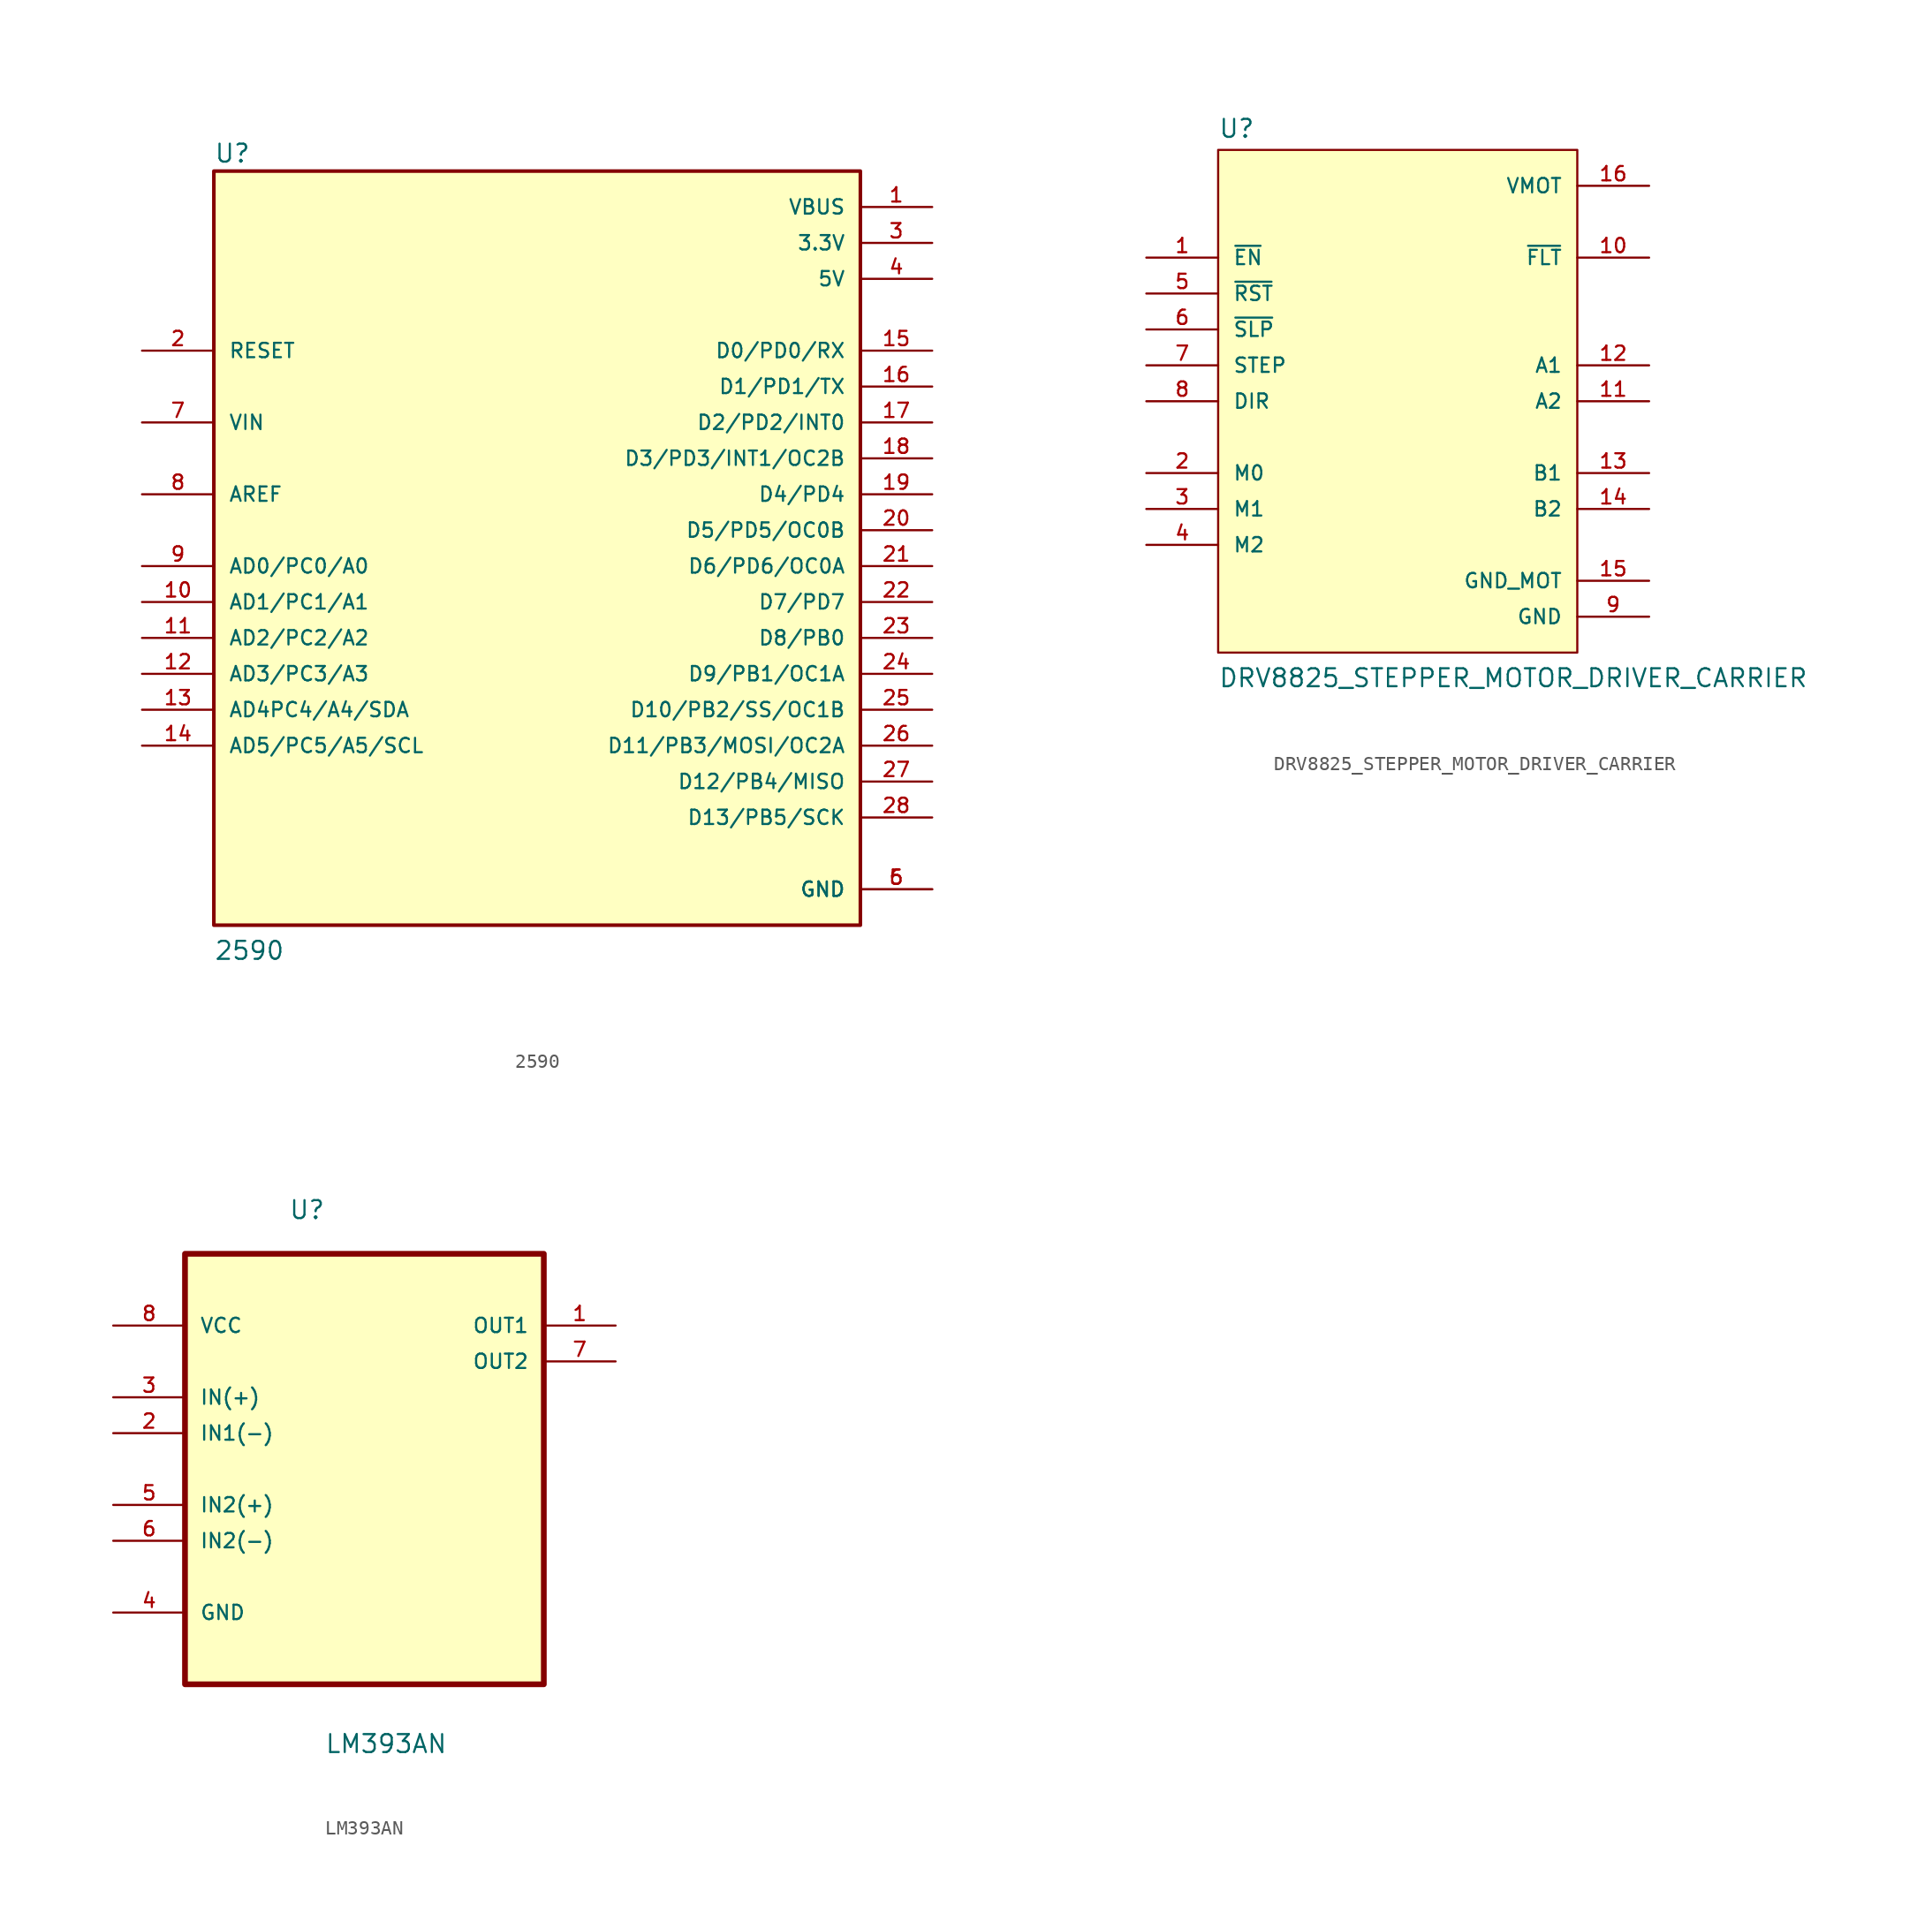
<source format=kicad_sym>
(kicad_symbol_lib
  (version 20220914)
  (generator kicad_symbol_editor)
  (symbol "2590"
    (pin_names
      (offset 1.016))
    (property "Reference" "U"
      (at -22.86 25.908 0)
      (effects (font (size 1.27 1.27)) (justify left bottom)))
    (property "Value" "2590"
      (at -22.86 -30.48 0)
      (effects (font (size 1.27 1.27)) (justify left bottom)))
    (symbol "2590_0_0"
      (rectangle (start -22.86 -27.94) (end 22.86 25.4) (stroke (width 0.254) (type default)) (fill (type background)))
      (pin power_in line (at 27.94 22.86 180) (length 5.08) (name "VBUS" (effects (font (size 1.016 1.016)))) (number "1" (effects (font (size 1.016 1.016)))))
      (pin bidirectional line (at -27.94 -5.08 0) (length 5.08) (name "AD1/PC1/A1" (effects (font (size 1.016 1.016)))) (number "10" (effects (font (size 1.016 1.016)))))
      (pin bidirectional line (at -27.94 -7.62 0) (length 5.08) (name "AD2/PC2/A2" (effects (font (size 1.016 1.016)))) (number "11" (effects (font (size 1.016 1.016)))))
      (pin bidirectional line (at -27.94 -10.16 0) (length 5.08) (name "AD3/PC3/A3" (effects (font (size 1.016 1.016)))) (number "12" (effects (font (size 1.016 1.016)))))
      (pin bidirectional line (at -27.94 -12.7 0) (length 5.08) (name "AD4PC4/A4/SDA" (effects (font (size 1.016 1.016)))) (number "13" (effects (font (size 1.016 1.016)))))
      (pin bidirectional line (at -27.94 -15.24 0) (length 5.08) (name "AD5/PC5/A5/SCL" (effects (font (size 1.016 1.016)))) (number "14" (effects (font (size 1.016 1.016)))))
      (pin bidirectional line (at 27.94 12.7 180) (length 5.08) (name "D0/PD0/RX" (effects (font (size 1.016 1.016)))) (number "15" (effects (font (size 1.016 1.016)))))
      (pin bidirectional line (at 27.94 10.16 180) (length 5.08) (name "D1/PD1/TX" (effects (font (size 1.016 1.016)))) (number "16" (effects (font (size 1.016 1.016)))))
      (pin bidirectional line (at 27.94 7.62 180) (length 5.08) (name "D2/PD2/INT0" (effects (font (size 1.016 1.016)))) (number "17" (effects (font (size 1.016 1.016)))))
      (pin bidirectional line (at 27.94 5.08 180) (length 5.08) (name "D3/PD3/INT1/OC2B" (effects (font (size 1.016 1.016)))) (number "18" (effects (font (size 1.016 1.016)))))
      (pin bidirectional line (at 27.94 2.54 180) (length 5.08) (name "D4/PD4" (effects (font (size 1.016 1.016)))) (number "19" (effects (font (size 1.016 1.016)))))
      (pin input line (at -27.94 12.7 0) (length 5.08) (name "RESET" (effects (font (size 1.016 1.016)))) (number "2" (effects (font (size 1.016 1.016)))))
      (pin bidirectional line (at 27.94 0 180) (length 5.08) (name "D5/PD5/OC0B" (effects (font (size 1.016 1.016)))) (number "20" (effects (font (size 1.016 1.016)))))
      (pin bidirectional line (at 27.94 -2.54 180) (length 5.08) (name "D6/PD6/OC0A" (effects (font (size 1.016 1.016)))) (number "21" (effects (font (size 1.016 1.016)))))
      (pin bidirectional line (at 27.94 -5.08 180) (length 5.08) (name "D7/PD7" (effects (font (size 1.016 1.016)))) (number "22" (effects (font (size 1.016 1.016)))))
      (pin bidirectional line (at 27.94 -7.62 180) (length 5.08) (name "D8/PB0" (effects (font (size 1.016 1.016)))) (number "23" (effects (font (size 1.016 1.016)))))
      (pin bidirectional line (at 27.94 -10.16 180) (length 5.08) (name "D9/PB1/OC1A" (effects (font (size 1.016 1.016)))) (number "24" (effects (font (size 1.016 1.016)))))
      (pin bidirectional line (at 27.94 -12.7 180) (length 5.08) (name "D10/PB2/SS/OC1B" (effects (font (size 1.016 1.016)))) (number "25" (effects (font (size 1.016 1.016)))))
      (pin bidirectional line (at 27.94 -15.24 180) (length 5.08) (name "D11/PB3/MOSI/OC2A" (effects (font (size 1.016 1.016)))) (number "26" (effects (font (size 1.016 1.016)))))
      (pin bidirectional line (at 27.94 -17.78 180) (length 5.08) (name "D12/PB4/MISO" (effects (font (size 1.016 1.016)))) (number "27" (effects (font (size 1.016 1.016)))))
      (pin bidirectional line (at 27.94 -20.32 180) (length 5.08) (name "D13/PB5/SCK" (effects (font (size 1.016 1.016)))) (number "28" (effects (font (size 1.016 1.016)))))
      (pin power_in line (at 27.94 20.32 180) (length 5.08) (name "3.3V" (effects (font (size 1.016 1.016)))) (number "3" (effects (font (size 1.016 1.016)))))
      (pin power_in line (at 27.94 17.78 180) (length 5.08) (name "5V" (effects (font (size 1.016 1.016)))) (number "4" (effects (font (size 1.016 1.016)))))
      (pin power_in line (at 27.94 -25.4 180) (length 5.08) (name "GND" (effects (font (size 1.016 1.016)))) (number "5" (effects (font (size 1.016 1.016)))))
      (pin power_in line (at 27.94 -25.4 180) (length 5.08) (name "GND" (effects (font (size 1.016 1.016)))) (number "6" (effects (font (size 1.016 1.016)))))
      (pin input line (at -27.94 7.62 0) (length 5.08) (name "VIN" (effects (font (size 1.016 1.016)))) (number "7" (effects (font (size 1.016 1.016)))))
      (pin input line (at -27.94 2.54 0) (length 5.08) (name "AREF" (effects (font (size 1.016 1.016)))) (number "8" (effects (font (size 1.016 1.016)))))
      (pin bidirectional line (at -27.94 -2.54 0) (length 5.08) (name "AD0/PC0/A0" (effects (font (size 1.016 1.016)))) (number "9" (effects (font (size 1.016 1.016)))))))
  (symbol "DRV8825_STEPPER_MOTOR_DRIVER_CARRIER"
    (pin_names
      (offset 1.016))
    (property "Reference" "U"
      (at -12.7 18.542 0)
      (effects (font (size 1.27 1.27)) (justify left bottom)))
    (property "Value" "DRV8825_STEPPER_MOTOR_DRIVER_CARRIER"
      (at -12.7 -20.32 0)
      (effects (font (size 1.27 1.27)) (justify left bottom)))
    (symbol "DRV8825_STEPPER_MOTOR_DRIVER_CARRIER_0_0"
      (rectangle (start -12.7 -17.78) (end 12.7 17.78) (stroke (width 0.152) (type default)) (fill (type background)))
      (pin input line (at -17.78 10.16 0) (length 5.08) (name "~{EN}" (effects (font (size 1.016 1.016)))) (number "1" (effects (font (size 1.016 1.016)))))
      (pin output line (at 17.78 10.16 180) (length 5.08) (name "~{FLT}" (effects (font (size 1.016 1.016)))) (number "10" (effects (font (size 1.016 1.016)))))
      (pin output line (at 17.78 0 180) (length 5.08) (name "A2" (effects (font (size 1.016 1.016)))) (number "11" (effects (font (size 1.016 1.016)))))
      (pin output line (at 17.78 2.54 180) (length 5.08) (name "A1" (effects (font (size 1.016 1.016)))) (number "12" (effects (font (size 1.016 1.016)))))
      (pin output line (at 17.78 -5.08 180) (length 5.08) (name "B1" (effects (font (size 1.016 1.016)))) (number "13" (effects (font (size 1.016 1.016)))))
      (pin output line (at 17.78 -7.62 180) (length 5.08) (name "B2" (effects (font (size 1.016 1.016)))) (number "14" (effects (font (size 1.016 1.016)))))
      (pin power_in line (at 17.78 -12.7 180) (length 5.08) (name "GND_MOT" (effects (font (size 1.016 1.016)))) (number "15" (effects (font (size 1.016 1.016)))))
      (pin power_in line (at 17.78 15.24 180) (length 5.08) (name "VMOT" (effects (font (size 1.016 1.016)))) (number "16" (effects (font (size 1.016 1.016)))))
      (pin input line (at -17.78 -5.08 0) (length 5.08) (name "M0" (effects (font (size 1.016 1.016)))) (number "2" (effects (font (size 1.016 1.016)))))
      (pin input line (at -17.78 -7.62 0) (length 5.08) (name "M1" (effects (font (size 1.016 1.016)))) (number "3" (effects (font (size 1.016 1.016)))))
      (pin input line (at -17.78 -10.16 0) (length 5.08) (name "M2" (effects (font (size 1.016 1.016)))) (number "4" (effects (font (size 1.016 1.016)))))
      (pin input line (at -17.78 7.62 0) (length 5.08) (name "~{RST}" (effects (font (size 1.016 1.016)))) (number "5" (effects (font (size 1.016 1.016)))))
      (pin input line (at -17.78 5.08 0) (length 5.08) (name "~{SLP}" (effects (font (size 1.016 1.016)))) (number "6" (effects (font (size 1.016 1.016)))))
      (pin input line (at -17.78 2.54 0) (length 5.08) (name "STEP" (effects (font (size 1.016 1.016)))) (number "7" (effects (font (size 1.016 1.016)))))
      (pin input line (at -17.78 0 0) (length 5.08) (name "DIR" (effects (font (size 1.016 1.016)))) (number "8" (effects (font (size 1.016 1.016)))))
      (pin power_in line (at 17.78 -15.24 180) (length 5.08) (name "GND" (effects (font (size 1.016 1.016)))) (number "9" (effects (font (size 1.016 1.016)))))))
  (symbol "LM393AN"
    (pin_names
      (offset 1.016))
    (property "Reference" "U"
      (at -5.37 15.066 0)
      (effects (font (size 1.27 1.27)) (justify left bottom)))
    (property "Value" "LM393AN"
      (at -2.823 -22.74 0)
      (effects (font (size 1.27 1.27)) (justify left bottom)))
    (symbol "LM393AN_0_0"
      (rectangle (start -12.7 12.7) (end 12.7 -17.78) (stroke (width 0.406) (type default)) (fill (type background)))
      (pin output line (at 17.78 7.62 180) (length 5.08) (name "OUT1" (effects (font (size 1.016 1.016)))) (number "1" (effects (font (size 1.016 1.016)))))
      (pin input line (at -17.78 0 0) (length 5.08) (name "IN1(-)" (effects (font (size 1.016 1.016)))) (number "2" (effects (font (size 1.016 1.016)))))
      (pin input line (at -17.78 2.54 0) (length 5.08) (name "IN(+)" (effects (font (size 1.016 1.016)))) (number "3" (effects (font (size 1.016 1.016)))))
      (pin passive line (at -17.78 -12.7 0) (length 5.08) (name "GND" (effects (font (size 1.016 1.016)))) (number "4" (effects (font (size 1.016 1.016)))))
      (pin input line (at -17.78 -5.08 0) (length 5.08) (name "IN2(+)" (effects (font (size 1.016 1.016)))) (number "5" (effects (font (size 1.016 1.016)))))
      (pin input line (at -17.78 -7.62 0) (length 5.08) (name "IN2(-)" (effects (font (size 1.016 1.016)))) (number "6" (effects (font (size 1.016 1.016)))))
      (pin output line (at 17.78 5.08 180) (length 5.08) (name "OUT2" (effects (font (size 1.016 1.016)))) (number "7" (effects (font (size 1.016 1.016)))))
      (pin power_in line (at -17.78 7.62 0) (length 5.08) (name "VCC" (effects (font (size 1.016 1.016)))) (number "8" (effects (font (size 1.016 1.016))))))))
</source>
